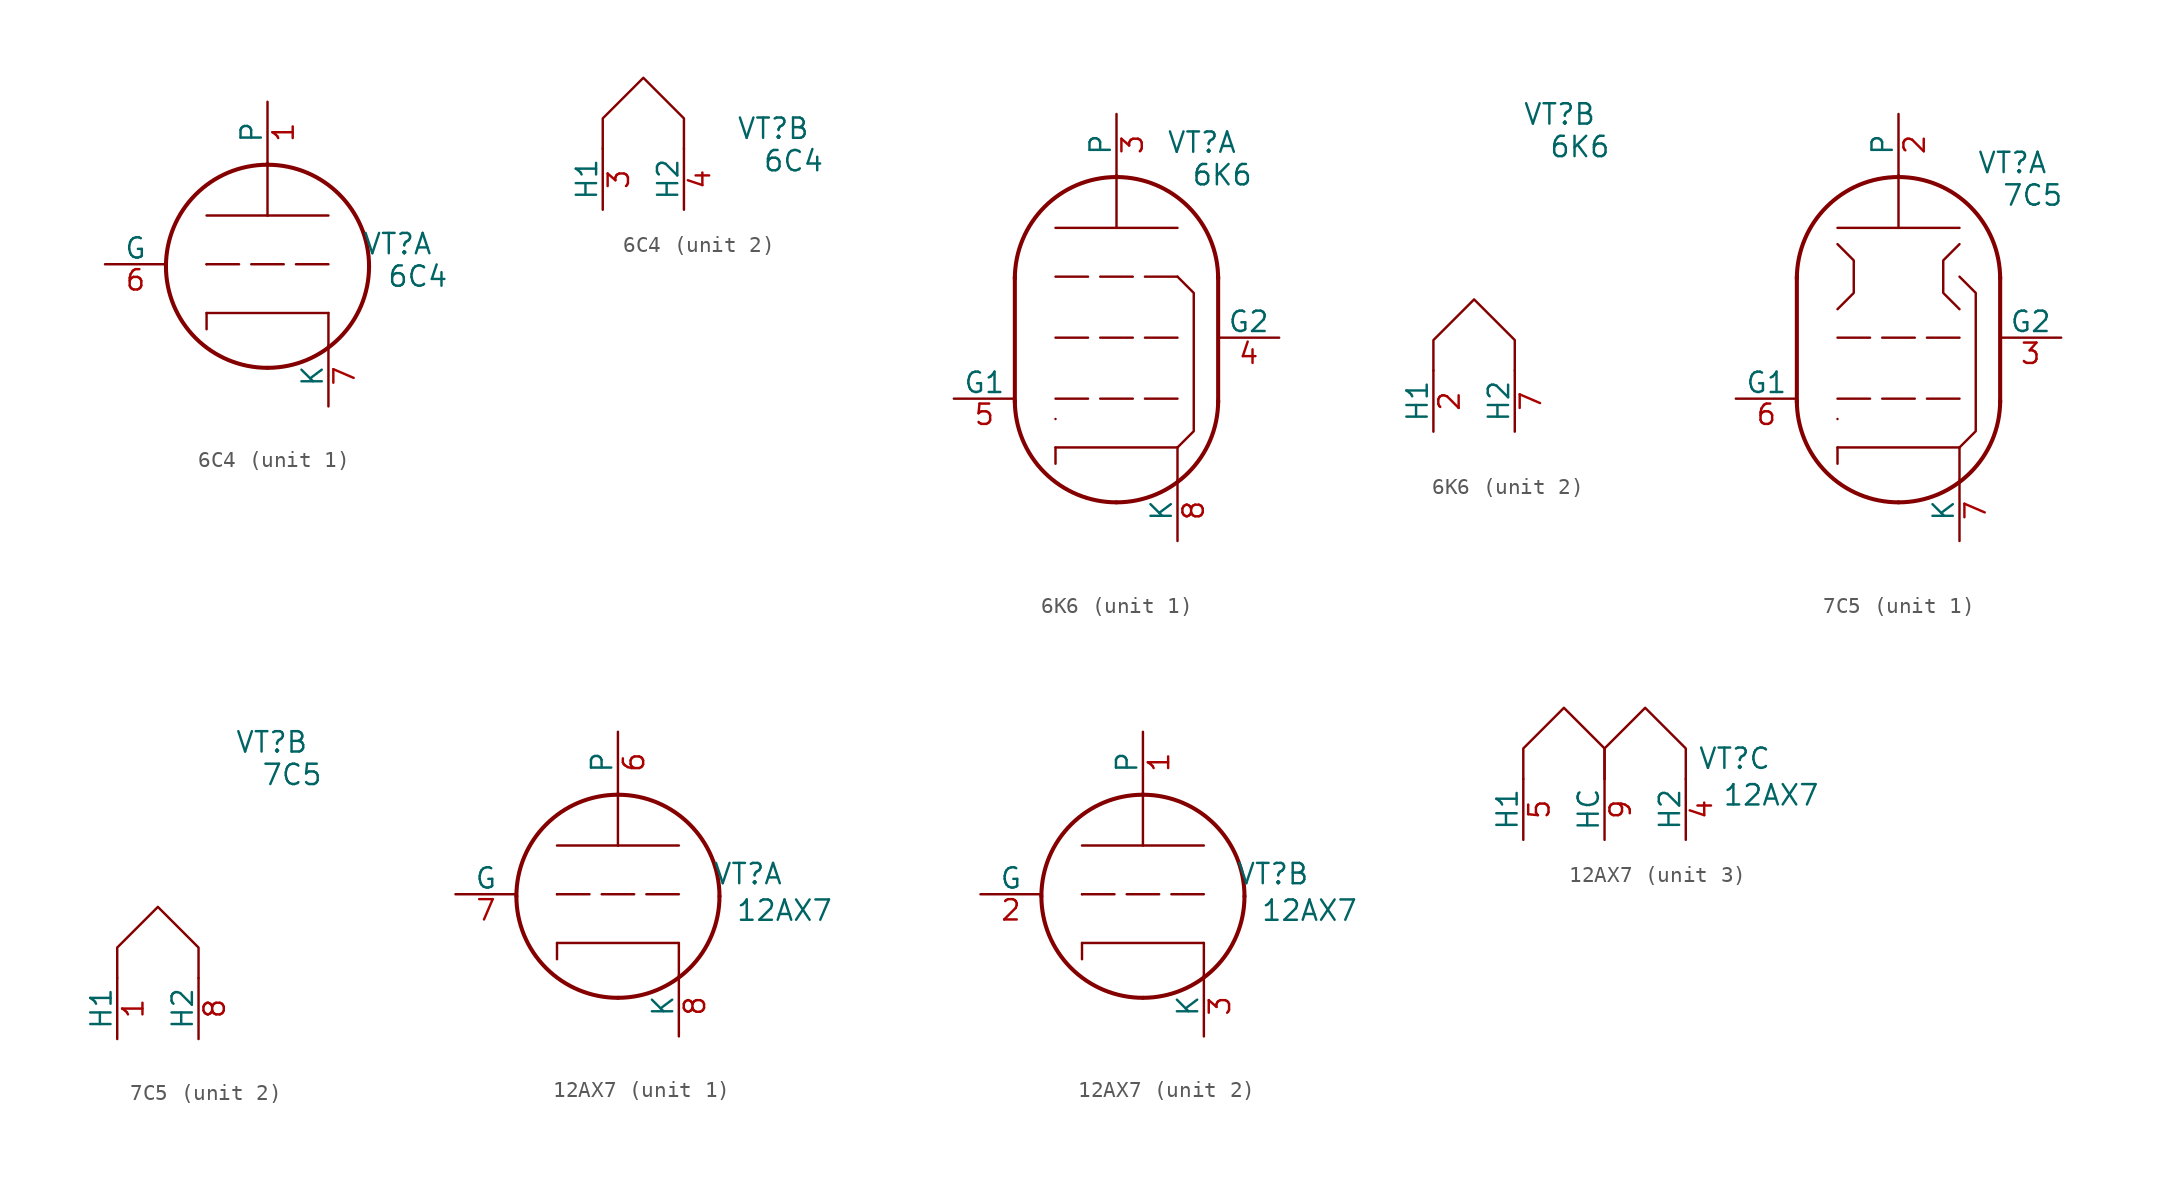
<source format=kicad_sym>
(kicad_symbol_lib
  (version 20241209)
  (generator "kicad_symbol_editor")
  (generator_version "9.0")
  (symbol "6C4"
    (pin_names
      (offset 0))
    (property "Reference" "VT"
      (at 8.128 1.27 0)
      (effects (font (size 1.27 1.27))))
    (property "Value" "6C4"
      (at 9.398 -0.762 0)
      (effects (font (size 1.27 1.27))))
    (property "ki_locked" ""
      (at 0 0 0)
      (effects (font (size 1.27 1.27))))
    (symbol "6C4_1_1"
      (polyline (pts (xy -3.81 0) (xy -3.81 0)) (stroke (width 0) (type default)) (fill (type none)))
      (polyline (pts (xy -3.81 0) (xy -1.778 0)) (stroke (width 0) (type default)) (fill (type none)))
      (polyline (pts (xy -3.81 -3.048) (xy -3.81 -4.064)) (stroke (width 0) (type default)) (fill (type none)))
      (polyline (pts (xy -3.81 -3.048) (xy 3.81 -3.048)) (stroke (width 0) (type solid)) (fill (type none)))
      (polyline (pts (xy -1.016 0) (xy 1.016 0)) (stroke (width 0) (type default)) (fill (type none)))
      (arc (start -0.0001 -6.4769) (mid -4.4926 -4.6195) (end -6.35 -0.127) (stroke (width 0.254) (type solid)) (fill (type none)))
      (arc (start -6.35 -0.127) (mid -4.4902 4.3632) (end 0 6.223) (stroke (width 0.254) (type solid)) (fill (type none)))
      (polyline (pts (xy 0 3.048) (xy -3.81 3.048)) (stroke (width 0) (type solid)) (fill (type none)))
      (polyline (pts (xy 0 3.048) (xy 0 6.35)) (stroke (width 0) (type solid)) (fill (type none)))
      (polyline (pts (xy 0 3.048) (xy 3.81 3.048)) (stroke (width 0) (type solid)) (fill (type none)))
      (arc (start 0 6.223) (mid 4.4902 4.3632) (end 6.35 -0.127) (stroke (width 0.254) (type solid)) (fill (type none)))
      (arc (start 6.35 -0.127) (mid 4.491 -4.618) (end -0.0001 -6.4769) (stroke (width 0.254) (type solid)) (fill (type none)))
      (polyline (pts (xy 1.778 0) (xy 3.81 0)) (stroke (width 0) (type default)) (fill (type none)))
      (polyline (pts (xy 3.81 -3.048) (xy 3.81 -5.08)) (stroke (width 0) (type default)) (fill (type none)))
      (pin input line (at -10.16 0 0) (length 3.81) (name "G" (effects (font (size 1.27 1.27)))) (number "6" (effects (font (size 1.27 1.27)))))
      (pin passive line (at 0 10.16 270) (length 3.81) (name "P" (effects (font (size 1.27 1.27)))) (number "1" (effects (font (size 1.27 1.27)))))
      (pin passive line (at 0 10.16 270) (length 3.81) (hide yes) (name "P" (effects (font (size 1.27 1.27)))) (number "5" (effects (font (size 1.27 1.27)))))
      (pin passive line (at 3.81 -8.89 90) (length 3.81) (name "K" (effects (font (size 1.27 1.27)))) (number "7" (effects (font (size 1.27 1.27)))))
      (pin no_connect line (at 6.35 0 180) (length 3.81) (hide yes) (name "IC" (effects (font (size 1.27 1.27)))) (number "2" (effects (font (size 1.27 1.27))))))
    (symbol "6C4_2_1"
      (polyline (pts (xy -2.54 0) (xy -2.54 1.905) (xy 0 4.445) (xy 2.54 1.905) (xy 2.54 0)) (stroke (width 0) (type solid)) (fill (type none)))
      (pin passive line (at -2.54 -3.81 90) (length 3.81) (name "H1" (effects (font (size 1.27 1.27)))) (number "3" (effects (font (size 1.27 1.27)))))
      (pin passive line (at 2.54 -3.81 90) (length 3.81) (name "H2" (effects (font (size 1.27 1.27)))) (number "4" (effects (font (size 1.27 1.27)))))))
  (symbol "6K6"
    (pin_names
      (offset 0))
    (property "Reference" "VT"
      (at 5.334 16.002 0)
      (effects (font (size 1.27 1.27))))
    (property "Value" "6K6"
      (at 6.604 13.97 0)
      (effects (font (size 1.27 1.27))))
    (property "ki_locked" ""
      (at 0 0 0)
      (effects (font (size 1.27 1.27))))
    (symbol "6K6_1_1"
      (polyline (pts (xy -6.35 -0.254) (xy -6.35 7.62)) (stroke (width 0.254) (type solid)) (fill (type none)))
      (polyline (pts (xy -6.35 -0.254) (xy -6.35 -0.254)) (stroke (width 0) (type default)) (fill (type none)))
      (polyline (pts (xy -3.81 7.62) (xy -1.778 7.62)) (stroke (width 0) (type default)) (fill (type none)))
      (polyline (pts (xy -3.81 3.81) (xy -1.778 3.81)) (stroke (width 0) (type default)) (fill (type none)))
      (polyline (pts (xy -3.81 0) (xy -1.778 0)) (stroke (width 0) (type default)) (fill (type none)))
      (polyline (pts (xy -3.81 -1.27) (xy -3.81 -1.27)) (stroke (width 0) (type default)) (fill (type none)))
      (polyline (pts (xy -3.81 -3.048) (xy -3.81 -4.064)) (stroke (width 0) (type default)) (fill (type none)))
      (polyline (pts (xy -3.81 -3.048) (xy 3.81 -3.048)) (stroke (width 0) (type solid)) (fill (type none)))
      (polyline (pts (xy -1.016 7.62) (xy 1.016 7.62)) (stroke (width 0) (type default)) (fill (type none)))
      (polyline (pts (xy -1.016 3.81) (xy 1.016 3.81)) (stroke (width 0) (type default)) (fill (type none)))
      (polyline (pts (xy -1.016 0) (xy 1.016 0)) (stroke (width 0) (type default)) (fill (type none)))
      (arc (start -0.0001 -6.4769) (mid -4.4926 -4.6195) (end -6.35 -0.127) (stroke (width 0.254) (type solid)) (fill (type none)))
      (arc (start -6.35 7.493) (mid -4.4902 11.9832) (end 0 13.843) (stroke (width 0.254) (type solid)) (fill (type none)))
      (polyline (pts (xy 0 10.668) (xy -3.81 10.668)) (stroke (width 0) (type solid)) (fill (type none)))
      (polyline (pts (xy 0 10.668) (xy 0 13.97)) (stroke (width 0) (type solid)) (fill (type none)))
      (polyline (pts (xy 0 10.668) (xy 3.81 10.668)) (stroke (width 0) (type solid)) (fill (type none)))
      (arc (start 0 13.843) (mid 4.4902 11.9832) (end 6.35 7.493) (stroke (width 0.254) (type solid)) (fill (type none)))
      (arc (start 6.35 -0.127) (mid 4.491 -4.618) (end -0.0001 -6.4769) (stroke (width 0.254) (type solid)) (fill (type none)))
      (polyline (pts (xy 1.778 7.62) (xy 3.81 7.62)) (stroke (width 0) (type default)) (fill (type none)))
      (polyline (pts (xy 1.778 3.81) (xy 3.81 3.81)) (stroke (width 0) (type default)) (fill (type none)))
      (polyline (pts (xy 1.778 0) (xy 3.81 0)) (stroke (width 0) (type default)) (fill (type none)))
      (polyline (pts (xy 3.81 -3.048) (xy 3.81 -5.08)) (stroke (width 0) (type default)) (fill (type none)))
      (polyline (pts (xy 3.81 -3.048) (xy 4.826 -2.032) (xy 4.826 6.604) (xy 3.81 7.62)) (stroke (width 0) (type default)) (fill (type none)))
      (polyline (pts (xy 6.35 -0.254) (xy 6.35 7.62)) (stroke (width 0.254) (type solid)) (fill (type none)))
      (pin input line (at -10.16 0 0) (length 3.81) (name "G1" (effects (font (size 1.27 1.27)))) (number "5" (effects (font (size 1.27 1.27)))))
      (pin no_connect line (at -6.35 7.62 0) (length 3.81) (hide yes) (name "NC" (effects (font (size 1.27 1.27)))) (number "1" (effects (font (size 1.27 1.27)))))
      (pin no_connect line (at -6.35 6.35 0) (length 3.81) (hide yes) (name "X" (effects (font (size 1.27 1.27)))) (number "6" (effects (font (size 1.27 1.27)))))
      (pin passive line (at 0 17.78 270) (length 3.81) (name "P" (effects (font (size 1.27 1.27)))) (number "3" (effects (font (size 1.27 1.27)))))
      (pin passive line (at 3.81 -8.89 90) (length 3.81) (name "K" (effects (font (size 1.27 1.27)))) (number "8" (effects (font (size 1.27 1.27)))))
      (pin passive line (at 10.16 3.81 180) (length 3.81) (name "G2" (effects (font (size 1.27 1.27)))) (number "4" (effects (font (size 1.27 1.27))))))
    (symbol "6K6_2_1"
      (polyline (pts (xy -2.54 0) (xy -2.54 1.905) (xy 0 4.445) (xy 2.54 1.905) (xy 2.54 0)) (stroke (width 0) (type solid)) (fill (type none)))
      (pin passive line (at -2.54 -3.81 90) (length 3.81) (name "H1" (effects (font (size 1.27 1.27)))) (number "2" (effects (font (size 1.27 1.27)))))
      (pin passive line (at 2.54 -3.81 90) (length 3.81) (name "H2" (effects (font (size 1.27 1.27)))) (number "7" (effects (font (size 1.27 1.27)))))))
  (symbol "7C5"
    (pin_names
      (offset 0))
    (property "Reference" "VT"
      (at 7.112 14.732 0)
      (effects (font (size 1.27 1.27))))
    (property "Value" "7C5"
      (at 8.382 12.7 0)
      (effects (font (size 1.27 1.27))))
    (property "ki_locked" ""
      (at 0 0 0)
      (effects (font (size 1.27 1.27))))
    (symbol "7C5_1_1"
      (polyline (pts (xy -6.35 -0.254) (xy -6.35 7.62)) (stroke (width 0.254) (type solid)) (fill (type none)))
      (polyline (pts (xy -6.35 -0.254) (xy -6.35 -0.254)) (stroke (width 0) (type default)) (fill (type none)))
      (polyline (pts (xy -3.81 5.588) (xy -2.794 6.604) (xy -2.794 8.636) (xy -3.81 9.652)) (stroke (width 0) (type solid)) (fill (type none)))
      (polyline (pts (xy -3.81 3.81) (xy -1.778 3.81)) (stroke (width 0) (type default)) (fill (type none)))
      (polyline (pts (xy -3.81 0) (xy -1.778 0)) (stroke (width 0) (type default)) (fill (type none)))
      (polyline (pts (xy -3.81 -1.27) (xy -3.81 -1.27)) (stroke (width 0) (type default)) (fill (type none)))
      (polyline (pts (xy -3.81 -3.048) (xy -3.81 -4.064)) (stroke (width 0) (type default)) (fill (type none)))
      (polyline (pts (xy -3.81 -3.048) (xy 3.81 -3.048)) (stroke (width 0) (type solid)) (fill (type none)))
      (polyline (pts (xy -1.016 3.81) (xy 1.016 3.81)) (stroke (width 0) (type default)) (fill (type none)))
      (polyline (pts (xy -1.016 0) (xy 1.016 0)) (stroke (width 0) (type default)) (fill (type none)))
      (arc (start -0.0001 -6.4769) (mid -4.4926 -4.6195) (end -6.35 -0.127) (stroke (width 0.254) (type solid)) (fill (type none)))
      (arc (start -6.35 7.493) (mid -4.4902 11.9832) (end 0 13.843) (stroke (width 0.254) (type solid)) (fill (type none)))
      (polyline (pts (xy 0 10.668) (xy -3.81 10.668)) (stroke (width 0) (type solid)) (fill (type none)))
      (polyline (pts (xy 0 10.668) (xy 0 13.97)) (stroke (width 0) (type solid)) (fill (type none)))
      (polyline (pts (xy 0 10.668) (xy 3.81 10.668)) (stroke (width 0) (type solid)) (fill (type none)))
      (arc (start 0 13.843) (mid 4.4902 11.9832) (end 6.35 7.493) (stroke (width 0.254) (type solid)) (fill (type none)))
      (arc (start 6.35 -0.127) (mid 4.491 -4.618) (end -0.0001 -6.4769) (stroke (width 0.254) (type solid)) (fill (type none)))
      (polyline (pts (xy 1.778 3.81) (xy 3.81 3.81)) (stroke (width 0) (type default)) (fill (type none)))
      (polyline (pts (xy 1.778 0) (xy 3.81 0)) (stroke (width 0) (type default)) (fill (type none)))
      (polyline (pts (xy 3.81 5.588) (xy 2.794 6.604) (xy 2.794 8.636) (xy 3.81 9.652)) (stroke (width 0) (type solid)) (fill (type none)))
      (polyline (pts (xy 3.81 -3.048) (xy 3.81 -5.08)) (stroke (width 0) (type default)) (fill (type none)))
      (polyline (pts (xy 3.81 -3.048) (xy 4.826 -2.032) (xy 4.826 6.604) (xy 3.81 7.62) (xy 3.81 7.62)) (stroke (width 0) (type default)) (fill (type none)))
      (polyline (pts (xy 6.35 -0.254) (xy 6.35 7.62)) (stroke (width 0.254) (type solid)) (fill (type none)))
      (pin input line (at -10.16 0 0) (length 3.81) (name "G1" (effects (font (size 1.27 1.27)))) (number "6" (effects (font (size 1.27 1.27)))))
      (pin no_connect line (at -6.35 7.62 0) (length 3.81) (hide yes) (name "NC" (effects (font (size 1.27 1.27)))) (number "4" (effects (font (size 1.27 1.27)))))
      (pin no_connect line (at -6.35 6.35 0) (length 3.81) (hide yes) (name "NC" (effects (font (size 1.27 1.27)))) (number "5" (effects (font (size 1.27 1.27)))))
      (pin passive line (at 0 17.78 270) (length 3.81) (name "P" (effects (font (size 1.27 1.27)))) (number "2" (effects (font (size 1.27 1.27)))))
      (pin passive line (at 3.81 -8.89 90) (length 3.81) (name "K" (effects (font (size 1.27 1.27)))) (number "7" (effects (font (size 1.27 1.27)))))
      (pin passive line (at 10.16 3.81 180) (length 3.81) (name "G2" (effects (font (size 1.27 1.27)))) (number "3" (effects (font (size 1.27 1.27))))))
    (symbol "7C5_2_1"
      (polyline (pts (xy -2.54 0) (xy -2.54 1.905) (xy 0 4.445) (xy 2.54 1.905) (xy 2.54 0)) (stroke (width 0) (type solid)) (fill (type none)))
      (pin passive line (at -2.54 -3.81 90) (length 3.81) (name "H1" (effects (font (size 1.27 1.27)))) (number "1" (effects (font (size 1.27 1.27)))))
      (pin passive line (at 2.54 -3.81 90) (length 3.81) (name "H2" (effects (font (size 1.27 1.27)))) (number "8" (effects (font (size 1.27 1.27)))))))
  (symbol "12AX7"
    (pin_names
      (offset 0))
    (property "Reference" "VT"
      (at 8.128 1.27 0)
      (effects (font (size 1.27 1.27))))
    (property "Value" "12AX7"
      (at 10.414 -1.016 0)
      (effects (font (size 1.27 1.27))))
    (property "ki_locked" ""
      (at 0 0 0)
      (effects (font (size 1.27 1.27))))
    (symbol "12AX7_1_1"
      (polyline (pts (xy -3.81 0) (xy -3.81 0)) (stroke (width 0) (type default)) (fill (type none)))
      (polyline (pts (xy -3.81 0) (xy -1.778 0)) (stroke (width 0) (type default)) (fill (type none)))
      (polyline (pts (xy -3.81 -3.048) (xy -3.81 -4.064)) (stroke (width 0) (type default)) (fill (type none)))
      (polyline (pts (xy -3.81 -3.048) (xy 3.81 -3.048)) (stroke (width 0) (type solid)) (fill (type none)))
      (polyline (pts (xy -1.016 0) (xy 1.016 0)) (stroke (width 0) (type default)) (fill (type none)))
      (arc (start -0.0001 -6.4769) (mid -4.4926 -4.6195) (end -6.35 -0.127) (stroke (width 0.254) (type solid)) (fill (type none)))
      (arc (start -6.35 -0.127) (mid -4.4902 4.3632) (end 0 6.223) (stroke (width 0.254) (type solid)) (fill (type none)))
      (polyline (pts (xy 0 3.048) (xy -3.81 3.048)) (stroke (width 0) (type solid)) (fill (type none)))
      (polyline (pts (xy 0 3.048) (xy 0 6.35)) (stroke (width 0) (type solid)) (fill (type none)))
      (polyline (pts (xy 0 3.048) (xy 3.81 3.048)) (stroke (width 0) (type solid)) (fill (type none)))
      (arc (start 0 6.223) (mid 4.4902 4.3632) (end 6.35 -0.127) (stroke (width 0.254) (type solid)) (fill (type none)))
      (arc (start 6.35 -0.127) (mid 4.491 -4.618) (end -0.0001 -6.4769) (stroke (width 0.254) (type solid)) (fill (type none)))
      (polyline (pts (xy 1.778 0) (xy 3.81 0)) (stroke (width 0) (type default)) (fill (type none)))
      (polyline (pts (xy 3.81 -3.048) (xy 3.81 -5.08)) (stroke (width 0) (type default)) (fill (type none)))
      (pin input line (at -10.16 0 0) (length 3.81) (name "G" (effects (font (size 1.27 1.27)))) (number "7" (effects (font (size 1.27 1.27)))))
      (pin passive line (at 0 10.16 270) (length 3.81) (name "P" (effects (font (size 1.27 1.27)))) (number "6" (effects (font (size 1.27 1.27)))))
      (pin passive line (at 3.81 -8.89 90) (length 3.81) (name "K" (effects (font (size 1.27 1.27)))) (number "8" (effects (font (size 1.27 1.27))))))
    (symbol "12AX7_2_1"
      (polyline (pts (xy -3.81 0) (xy -3.81 0)) (stroke (width 0) (type default)) (fill (type none)))
      (polyline (pts (xy -3.81 0) (xy -1.778 0)) (stroke (width 0) (type default)) (fill (type none)))
      (polyline (pts (xy -3.81 -3.048) (xy -3.81 -4.064)) (stroke (width 0) (type default)) (fill (type none)))
      (polyline (pts (xy -3.81 -3.048) (xy 3.81 -3.048)) (stroke (width 0) (type solid)) (fill (type none)))
      (polyline (pts (xy -1.016 0) (xy 1.016 0)) (stroke (width 0) (type default)) (fill (type none)))
      (arc (start -0.0001 -6.4769) (mid -4.4926 -4.6195) (end -6.35 -0.127) (stroke (width 0.254) (type solid)) (fill (type none)))
      (arc (start -6.35 -0.127) (mid -4.4902 4.3632) (end 0 6.223) (stroke (width 0.254) (type solid)) (fill (type none)))
      (polyline (pts (xy 0 3.048) (xy -3.81 3.048)) (stroke (width 0) (type solid)) (fill (type none)))
      (polyline (pts (xy 0 3.048) (xy 0 6.35)) (stroke (width 0) (type solid)) (fill (type none)))
      (polyline (pts (xy 0 3.048) (xy 3.81 3.048)) (stroke (width 0) (type solid)) (fill (type none)))
      (arc (start 0 6.223) (mid 4.4902 4.3632) (end 6.35 -0.127) (stroke (width 0.254) (type solid)) (fill (type none)))
      (arc (start 6.35 -0.127) (mid 4.491 -4.618) (end -0.0001 -6.4769) (stroke (width 0.254) (type solid)) (fill (type none)))
      (polyline (pts (xy 1.778 0) (xy 3.81 0)) (stroke (width 0) (type default)) (fill (type none)))
      (polyline (pts (xy 3.81 -3.048) (xy 3.81 -5.08)) (stroke (width 0) (type default)) (fill (type none)))
      (pin input line (at -10.16 0 0) (length 3.81) (name "G" (effects (font (size 1.27 1.27)))) (number "2" (effects (font (size 1.27 1.27)))))
      (pin passive line (at 0 10.16 270) (length 3.81) (name "P" (effects (font (size 1.27 1.27)))) (number "1" (effects (font (size 1.27 1.27)))))
      (pin passive line (at 3.81 -8.89 90) (length 3.81) (name "K" (effects (font (size 1.27 1.27)))) (number "3" (effects (font (size 1.27 1.27))))))
    (symbol "12AX7_3_1"
      (polyline (pts (xy -5.08 0) (xy -5.08 1.905) (xy -2.54 4.445) (xy 0 1.905) (xy 0 0)) (stroke (width 0) (type solid)) (fill (type none)))
      (polyline (pts (xy 0 0) (xy 0 1.905) (xy 2.54 4.445) (xy 5.08 1.905) (xy 5.08 0)) (stroke (width 0) (type solid)) (fill (type none)))
      (pin passive line (at -5.08 -3.81 90) (length 3.81) (name "H1" (effects (font (size 1.27 1.27)))) (number "5" (effects (font (size 1.27 1.27)))))
      (pin passive line (at 0 -3.81 90) (length 3.81) (name "HC" (effects (font (size 1.27 1.27)))) (number "9" (effects (font (size 1.27 1.27)))))
      (pin passive line (at 5.08 -3.81 90) (length 3.81) (name "H2" (effects (font (size 1.27 1.27)))) (number "4" (effects (font (size 1.27 1.27))))))))
</source>
